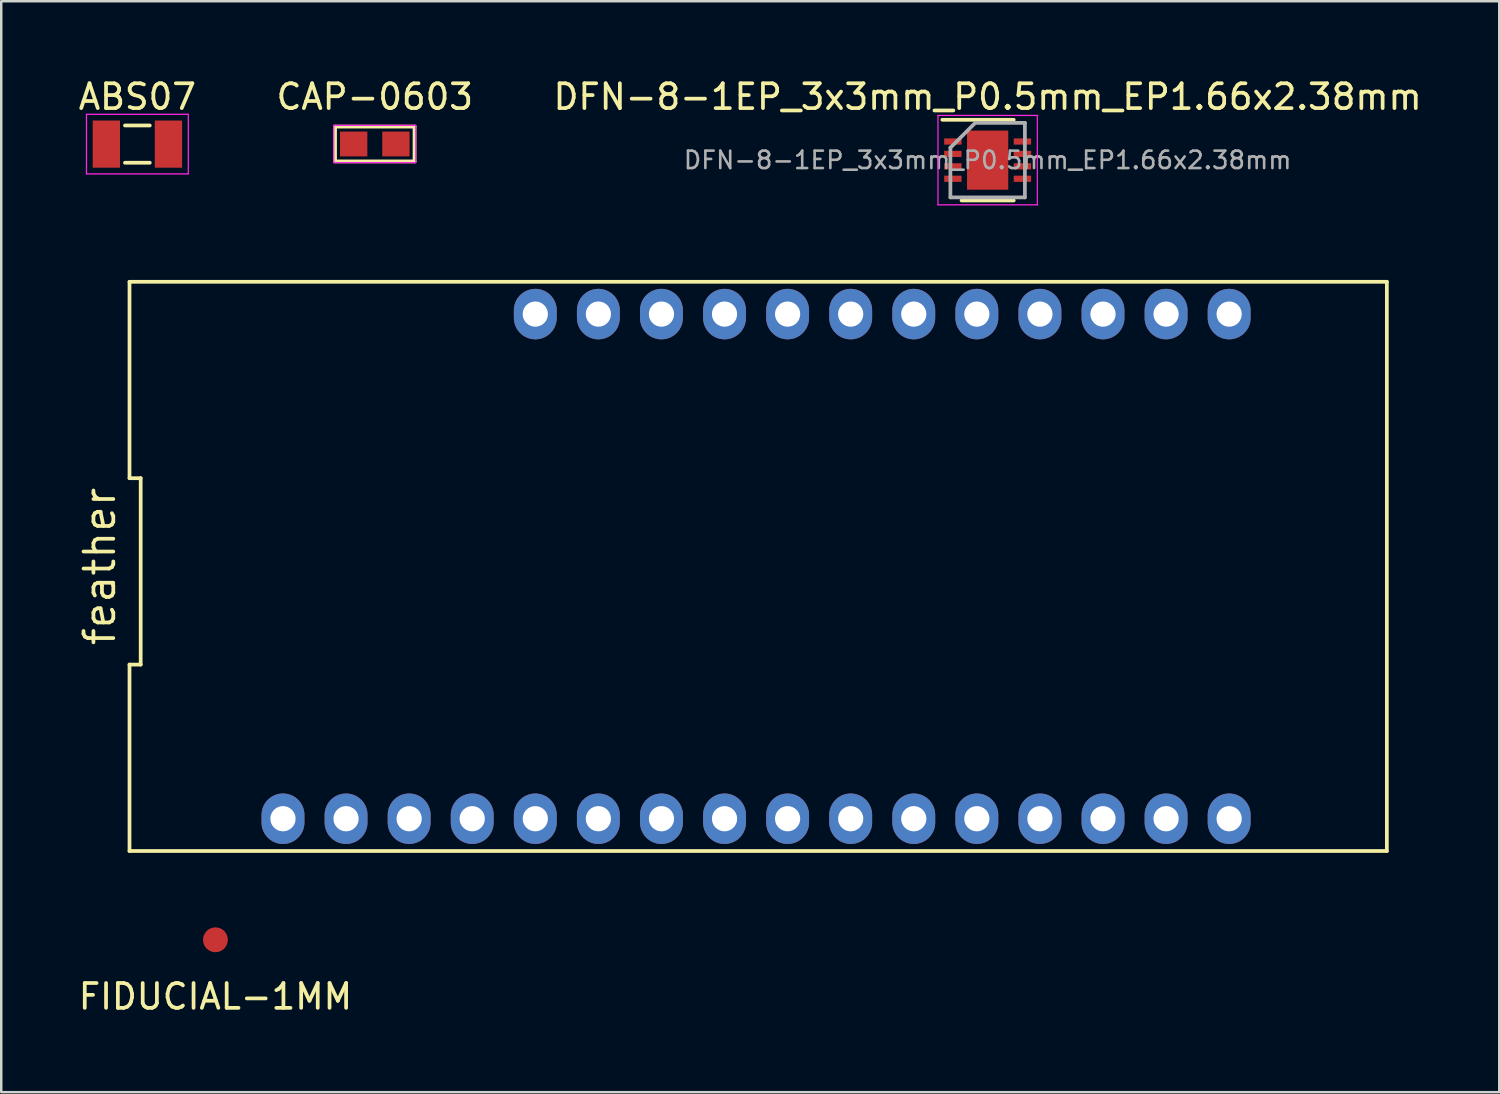
<source format=kicad_pcb>
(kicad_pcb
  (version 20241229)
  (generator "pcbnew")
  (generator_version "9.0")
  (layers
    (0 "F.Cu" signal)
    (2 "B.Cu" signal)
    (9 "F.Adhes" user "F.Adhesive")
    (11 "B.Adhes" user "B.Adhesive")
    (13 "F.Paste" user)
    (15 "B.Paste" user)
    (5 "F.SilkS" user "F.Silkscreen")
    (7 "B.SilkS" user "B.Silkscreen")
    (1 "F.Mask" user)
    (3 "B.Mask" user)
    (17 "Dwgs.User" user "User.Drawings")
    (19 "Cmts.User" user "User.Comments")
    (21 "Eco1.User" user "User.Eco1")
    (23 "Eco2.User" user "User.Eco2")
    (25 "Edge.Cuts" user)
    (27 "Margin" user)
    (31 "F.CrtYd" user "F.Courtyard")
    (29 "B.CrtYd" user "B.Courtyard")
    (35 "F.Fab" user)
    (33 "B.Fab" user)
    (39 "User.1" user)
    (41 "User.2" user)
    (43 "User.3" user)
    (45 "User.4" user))
  (footprint "CAP-0603"
    (layer "F.Cu")
    (at 12.042 2.748)
    (property "Reference" "CAP-0603" (at 0 -1.9 0) (layer "F.SilkS") (effects (font (size 1 1) (thickness 0.15))))
    (attr smd)
    (fp_line (start -1.6 -0.7) (end -1.6 0.7) (stroke (width 0.15) (type solid)) (layer "F.SilkS"))
    (fp_line (start -1.6 -0.7) (end 1.6 -0.7) (stroke (width 0.15) (type solid)) (layer "F.SilkS"))
    (fp_line (start 1.6 -0.7) (end 1.6 0.7) (stroke (width 0.15) (type solid)) (layer "F.SilkS"))
    (fp_line (start 1.6 0.7) (end -1.6 0.7) (stroke (width 0.15) (type solid)) (layer "F.SilkS"))
    (fp_line (start -1.65 -0.75) (end -1.65 0.75) (stroke (width 0.05) (type solid)) (layer "F.CrtYd"))
    (fp_line (start -1.65 0.75) (end 1.65 0.75) (stroke (width 0.05) (type solid)) (layer "F.CrtYd"))
    (fp_line (start 1.65 -0.75) (end -1.65 -0.75) (stroke (width 0.05) (type solid)) (layer "F.CrtYd"))
    (fp_line (start 1.65 0.75) (end 1.65 -0.75) (stroke (width 0.05) (type solid)) (layer "F.CrtYd"))
    (pad "1" smd rect (at -0.85 0) (size 1.1 1) (layers "F.Cu" "F.Mask" "F.Paste"))
    (pad "2" smd rect (at 0.85 0) (size 1.1 1) (layers "F.Cu" "F.Mask" "F.Paste")))
  (footprint "ABS07"
    (layer "F.Cu")
    (at 2.482 2.753)
    (property "Reference" "ABS07" (at 0 -1.905 0) (layer "F.SilkS") (effects (font (size 1 1) (thickness 0.15))))
    (attr through_hole)
    (fp_line (start -0.5 -0.75) (end 0.5 -0.75) (stroke (width 0.15) (type solid)) (layer "F.SilkS"))
    (fp_line (start -0.5 0.75) (end 0.5 0.75) (stroke (width 0.15) (type solid)) (layer "F.SilkS"))
    (fp_line (start -2.05 -1.2) (end -2.05 1.2) (stroke (width 0.05) (type solid)) (layer "F.CrtYd"))
    (fp_line (start -2.05 1.2) (end 2.05 1.2) (stroke (width 0.05) (type solid)) (layer "F.CrtYd"))
    (fp_line (start 2.05 -1.2) (end -2.05 -1.2) (stroke (width 0.05) (type solid)) (layer "F.CrtYd"))
    (fp_line (start 2.05 1.2) (end 2.05 -1.2) (stroke (width 0.05) (type solid)) (layer "F.CrtYd"))
    (pad "1" smd rect (at -1.25 0) (size 1.1 1.9) (layers "F.Cu" "F.Mask" "F.Paste"))
    (pad "2" smd rect (at 1.25 0) (size 1.1 1.9) (layers "F.Cu" "F.Mask" "F.Paste")))
  (footprint "DFN-8-1EP_3x3mm_P0.5mm_EP1.66x2.38mm"
    (layer "F.Cu")
    (at 36.72 3.398)
    (property "Reference" "DFN-8-1EP_3x3mm_P0.5mm_EP1.66x2.38mm" (at 0 -2.55 0) (layer "F.SilkS") (effects (font (size 1 1) (thickness 0.15))))
    (attr smd)
    (fp_line (start -1.825 -1.625) (end 1.05 -1.625) (stroke (width 0.15) (type solid)) (layer "F.SilkS"))
    (fp_line (start -1.05 1.625) (end 1.05 1.625) (stroke (width 0.15) (type solid)) (layer "F.SilkS"))
    (fp_line (start -2 -1.8) (end -2 1.8) (stroke (width 0.05) (type solid)) (layer "F.CrtYd"))
    (fp_line (start -2 -1.8) (end 2 -1.8) (stroke (width 0.05) (type solid)) (layer "F.CrtYd"))
    (fp_line (start -2 1.8) (end 2 1.8) (stroke (width 0.05) (type solid)) (layer "F.CrtYd"))
    (fp_line (start 2 -1.8) (end 2 1.8) (stroke (width 0.05) (type solid)) (layer "F.CrtYd"))
    (fp_line (start -1.5 -0.5) (end -0.5 -1.5) (stroke (width 0.15) (type solid)) (layer "F.Fab"))
    (fp_line (start -1.5 1.5) (end -1.5 -0.5) (stroke (width 0.15) (type solid)) (layer "F.Fab"))
    (fp_line (start -0.5 -1.5) (end 1.5 -1.5) (stroke (width 0.15) (type solid)) (layer "F.Fab"))
    (fp_line (start 1.5 -1.5) (end 1.5 1.5) (stroke (width 0.15) (type solid)) (layer "F.Fab"))
    (fp_line (start 1.5 1.5) (end -1.5 1.5) (stroke (width 0.15) (type solid)) (layer "F.Fab"))
    (fp_text user "${REFERENCE}" (at 0 0 0) (layer "F.Fab") (effects (font (size 0.7 0.7) (thickness 0.105))))
    (pad "" smd rect (at -0.415 -0.595) (size 0.44 0.8) (layers "F.Paste"))
    (pad "" smd rect (at -0.415 0.595) (size 0.44 0.8) (layers "F.Paste"))
    (pad "" smd rect (at 0.415 -0.595) (size 0.44 0.8) (layers "F.Paste"))
    (pad "" smd rect (at 0.415 0.595) (size 0.44 0.8) (layers "F.Paste"))
    (pad "1" smd rect (at -1.4 -0.75) (size 0.7 0.25) (layers "F.Cu" "F.Mask" "F.Paste"))
    (pad "2" smd rect (at -1.4 -0.25) (size 0.7 0.25) (layers "F.Cu" "F.Mask" "F.Paste"))
    (pad "3" smd rect (at -1.4 0.25) (size 0.7 0.25) (layers "F.Cu" "F.Mask" "F.Paste"))
    (pad "4" smd rect (at -1.4 0.75) (size 0.7 0.25) (layers "F.Cu" "F.Mask" "F.Paste"))
    (pad "5" smd rect (at 1.4 0.75) (size 0.7 0.25) (layers "F.Cu" "F.Mask" "F.Paste"))
    (pad "6" smd rect (at 1.4 0.25) (size 0.7 0.25) (layers "F.Cu" "F.Mask" "F.Paste"))
    (pad "7" smd rect (at 1.4 -0.25) (size 0.7 0.25) (layers "F.Cu" "F.Mask" "F.Paste"))
    (pad "8" smd rect (at 1.4 -0.75) (size 0.7 0.25) (layers "F.Cu" "F.Mask" "F.Paste"))
    (pad "9" smd rect (at 0 0) (size 1.66 2.38) (layers "F.Cu" "F.Mask")))
  (footprint "FIDUCIAL-1MM"
    (layer "F.Cu")
    (at 5.625 34.793)
    (property "Reference" "FIDUCIAL-1MM" (at 0 2.286 0) (layer "F.SilkS") (effects (font (size 1 1) (thickness 0.15))))
    (attr exclude_from_pos_files exclude_from_bom)
    (pad "~" smd circle (at 0 0) (size 1 1) (layers "F.Cu" "F.Mask")))
  (footprint "feather"
    (layer "F.Cu")
    (at 27.395 19.758)
    (property "Reference" "feather" (at -26.43 0 90) (layer "F.SilkS") (effects (font (size 1.2 1.2) (thickness 0.15))))
    (attr through_hole)
    (fp_line (start -25.23 -11.46) (end -25.23 -3.553) (stroke (width 0.15) (type solid)) (layer "F.SilkS"))
    (fp_line (start -25.23 -3.553) (end -24.78 -3.553) (stroke (width 0.15) (type solid)) (layer "F.SilkS"))
    (fp_line (start -25.23 3.953) (end -25.23 11.46) (stroke (width 0.15) (type solid)) (layer "F.SilkS"))
    (fp_line (start -25.23 11.46) (end 25.4 11.46) (stroke (width 0.15) (type solid)) (layer "F.SilkS"))
    (fp_line (start -24.78 -3.553) (end -24.78 3.953) (stroke (width 0.15) (type solid)) (layer "F.SilkS"))
    (fp_line (start -24.78 3.953) (end -25.23 3.953) (stroke (width 0.15) (type solid)) (layer "F.SilkS"))
    (fp_line (start 25.4 -11.46) (end -25.23 -11.46) (stroke (width 0.15) (type solid)) (layer "F.SilkS"))
    (fp_line (start 25.4 11.46) (end 25.4 -11.46) (stroke (width 0.15) (type solid)) (layer "F.SilkS"))
    (pad "1" thru_hole oval (at -19.05 10.16) (size 1.727 2.032) (drill 1.016) (layers "*.Cu" "*.Mask"))
    (pad "2" thru_hole oval (at -16.51 10.16) (size 1.727 2.032) (drill 1.016) (layers "*.Cu" "*.Mask"))
    (pad "3" thru_hole oval (at -13.97 10.16) (size 1.727 2.032) (drill 1.016) (layers "*.Cu" "*.Mask"))
    (pad "4" thru_hole oval (at -11.43 10.16) (size 1.727 2.032) (drill 1.016) (layers "*.Cu" "*.Mask"))
    (pad "5" thru_hole oval (at -8.89 10.16) (size 1.727 2.032) (drill 1.016) (layers "*.Cu" "*.Mask"))
    (pad "6" thru_hole oval (at -6.35 10.16) (size 1.727 2.032) (drill 1.016) (layers "*.Cu" "*.Mask"))
    (pad "7" thru_hole oval (at -3.81 10.16) (size 1.727 2.032) (drill 1.016) (layers "*.Cu" "*.Mask"))
    (pad "8" thru_hole oval (at -1.27 10.16) (size 1.727 2.032) (drill 1.016) (layers "*.Cu" "*.Mask"))
    (pad "9" thru_hole oval (at 1.27 10.16) (size 1.727 2.032) (drill 1.016) (layers "*.Cu" "*.Mask"))
    (pad "10" thru_hole oval (at 3.81 10.16) (size 1.727 2.032) (drill 1.016) (layers "*.Cu" "*.Mask"))
    (pad "11" thru_hole oval (at 6.35 10.16) (size 1.727 2.032) (drill 1.016) (layers "*.Cu" "*.Mask"))
    (pad "12" thru_hole oval (at 8.89 10.16) (size 1.727 2.032) (drill 1.016) (layers "*.Cu" "*.Mask"))
    (pad "13" thru_hole oval (at 11.43 10.16) (size 1.727 2.032) (drill 1.016) (layers "*.Cu" "*.Mask"))
    (pad "14" thru_hole oval (at 13.97 10.16) (size 1.727 2.032) (drill 1.016) (layers "*.Cu" "*.Mask"))
    (pad "15" thru_hole oval (at 16.51 10.16) (size 1.727 2.032) (drill 1.016) (layers "*.Cu" "*.Mask"))
    (pad "16" thru_hole oval (at 19.05 10.16) (size 1.727 2.032) (drill 1.016) (layers "*.Cu" "*.Mask"))
    (pad "17" thru_hole oval (at 19.05 -10.16) (size 1.727 2.032) (drill 1.016) (layers "*.Cu" "*.Mask"))
    (pad "18" thru_hole oval (at 16.51 -10.16) (size 1.727 2.032) (drill 1.016) (layers "*.Cu" "*.Mask"))
    (pad "19" thru_hole oval (at 13.97 -10.16) (size 1.727 2.032) (drill 1.016) (layers "*.Cu" "*.Mask"))
    (pad "20" thru_hole oval (at 11.43 -10.16) (size 1.727 2.032) (drill 1.016) (layers "*.Cu" "*.Mask"))
    (pad "21" thru_hole oval (at 8.89 -10.16) (size 1.727 2.032) (drill 1.016) (layers "*.Cu" "*.Mask"))
    (pad "22" thru_hole oval (at 6.35 -10.16) (size 1.727 2.032) (drill 1.016) (layers "*.Cu" "*.Mask"))
    (pad "23" thru_hole oval (at 3.81 -10.16) (size 1.727 2.032) (drill 1.016) (layers "*.Cu" "*.Mask"))
    (pad "24" thru_hole oval (at 1.27 -10.16) (size 1.727 2.032) (drill 1.016) (layers "*.Cu" "*.Mask"))
    (pad "25" thru_hole oval (at -1.27 -10.16) (size 1.727 2.032) (drill 1.016) (layers "*.Cu" "*.Mask"))
    (pad "26" thru_hole oval (at -3.81 -10.16) (size 1.727 2.032) (drill 1.016) (layers "*.Cu" "*.Mask"))
    (pad "27" thru_hole oval (at -6.35 -10.16) (size 1.727 2.032) (drill 1.016) (layers "*.Cu" "*.Mask"))
    (pad "28" thru_hole oval (at -8.89 -10.16) (size 1.727 2.032) (drill 1.016) (layers "*.Cu" "*.Mask")))
  (gr_rect
    (start -3 -3)
    (end 57.321 40.928)
    (stroke (width 0.1) (type default))
    (fill no)
    (layer "Edge.Cuts")))
</source>
